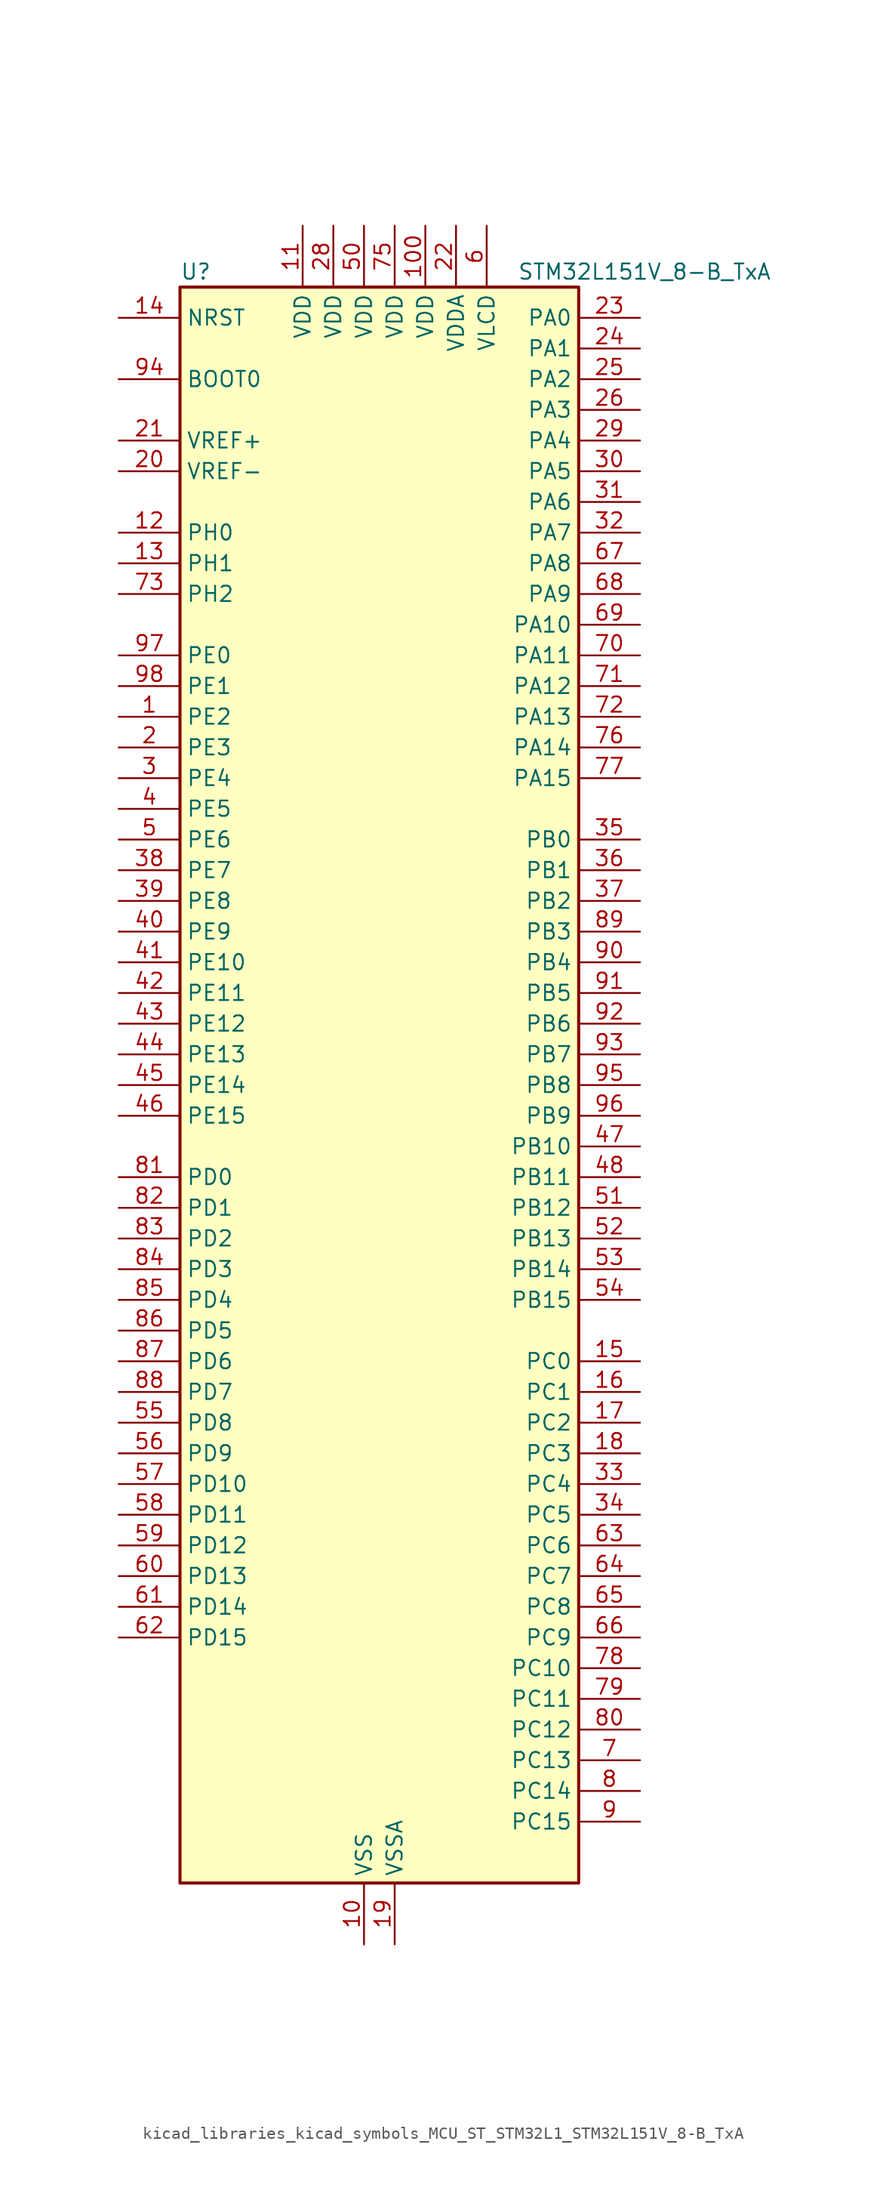
<source format=kicad_sym>
(kicad_symbol_lib
  (version 20220914)
  (generator kicad_symbol_editor)
  (symbol "kicad_libraries_kicad_symbols_MCU_ST_STM32L1_STM32L151V_8-B_TxA"
    (property "Reference" "U"
      (at -15.24 67.31 0)
      (effects (font (size 1.27 1.27)) (justify left)))
    (property "Value" "STM32L151V_8-B_TxA"
      (at 12.7 67.31 0)
      (effects (font (size 1.27 1.27)) (justify left)))
    (property "ki_locked" ""
      (at 0 0 0)
      (effects (font (size 1.27 1.27))))
    (symbol "kicad_libraries_kicad_symbols_MCU_ST_STM32L1_STM32L151V_8-B_TxA_0_1"
      (rectangle (start -15.24 -66.04) (end 17.78 66.04) (stroke (width 0.254) (type default)) (fill (type background))))
    (symbol "kicad_libraries_kicad_symbols_MCU_ST_STM32L1_STM32L151V_8-B_TxA_1_1"
      (pin bidirectional line (at -20.32 30.48 0) (length 5.08) (name "PE2" (effects (font (size 1.27 1.27)))) (number "1" (effects (font (size 1.27 1.27)))) (alternate "SYS_TRACECK" bidirectional line) (alternate "TIM3_ETR" bidirectional line) (alternate "TIMX_IC3" bidirectional line))
      (pin power_in line (at 0 -71.12 90) (length 5.08) (name "VSS" (effects (font (size 1.27 1.27)))) (number "10" (effects (font (size 1.27 1.27)))))
      (pin power_in line (at 5.08 71.12 270) (length 5.08) (name "VDD" (effects (font (size 1.27 1.27)))) (number "100" (effects (font (size 1.27 1.27)))))
      (pin power_in line (at -5.08 71.12 270) (length 5.08) (name "VDD" (effects (font (size 1.27 1.27)))) (number "11" (effects (font (size 1.27 1.27)))))
      (pin bidirectional line (at -20.32 45.72 0) (length 5.08) (name "PH0" (effects (font (size 1.27 1.27)))) (number "12" (effects (font (size 1.27 1.27)))) (alternate "RCC_OSC_IN" bidirectional line))
      (pin bidirectional line (at -20.32 43.18 0) (length 5.08) (name "PH1" (effects (font (size 1.27 1.27)))) (number "13" (effects (font (size 1.27 1.27)))) (alternate "RCC_OSC_OUT" bidirectional line))
      (pin input line (at -20.32 63.5 0) (length 5.08) (name "NRST" (effects (font (size 1.27 1.27)))) (number "14" (effects (font (size 1.27 1.27)))))
      (pin bidirectional line (at 22.86 -22.86 180) (length 5.08) (name "PC0" (effects (font (size 1.27 1.27)))) (number "15" (effects (font (size 1.27 1.27)))) (alternate "ADC_IN10" bidirectional line) (alternate "COMP1_INP" bidirectional line) (alternate "TIMX_IC1" bidirectional line) (alternate "TS_G8_IO1" bidirectional line))
      (pin bidirectional line (at 22.86 -25.4 180) (length 5.08) (name "PC1" (effects (font (size 1.27 1.27)))) (number "16" (effects (font (size 1.27 1.27)))) (alternate "ADC_IN11" bidirectional line) (alternate "COMP1_INP" bidirectional line) (alternate "TIMX_IC2" bidirectional line) (alternate "TS_G8_IO2" bidirectional line))
      (pin bidirectional line (at 22.86 -27.94 180) (length 5.08) (name "PC2" (effects (font (size 1.27 1.27)))) (number "17" (effects (font (size 1.27 1.27)))) (alternate "ADC_IN12" bidirectional line) (alternate "COMP1_INP" bidirectional line) (alternate "TIMX_IC3" bidirectional line) (alternate "TS_G8_IO3" bidirectional line))
      (pin bidirectional line (at 22.86 -30.48 180) (length 5.08) (name "PC3" (effects (font (size 1.27 1.27)))) (number "18" (effects (font (size 1.27 1.27)))) (alternate "ADC_IN13" bidirectional line) (alternate "COMP1_INP" bidirectional line) (alternate "TIMX_IC4" bidirectional line) (alternate "TS_G8_IO4" bidirectional line))
      (pin power_in line (at 2.54 -71.12 90) (length 5.08) (name "VSSA" (effects (font (size 1.27 1.27)))) (number "19" (effects (font (size 1.27 1.27)))))
      (pin bidirectional line (at -20.32 27.94 0) (length 5.08) (name "PE3" (effects (font (size 1.27 1.27)))) (number "2" (effects (font (size 1.27 1.27)))) (alternate "SYS_TRACED0" bidirectional line) (alternate "TIM3_CH1" bidirectional line) (alternate "TIMX_IC4" bidirectional line))
      (pin input line (at -20.32 50.8 0) (length 5.08) (name "VREF-" (effects (font (size 1.27 1.27)))) (number "20" (effects (font (size 1.27 1.27)))))
      (pin input line (at -20.32 53.34 0) (length 5.08) (name "VREF+" (effects (font (size 1.27 1.27)))) (number "21" (effects (font (size 1.27 1.27)))))
      (pin power_in line (at 7.62 71.12 270) (length 5.08) (name "VDDA" (effects (font (size 1.27 1.27)))) (number "22" (effects (font (size 1.27 1.27)))))
      (pin bidirectional line (at 22.86 63.5 180) (length 5.08) (name "PA0" (effects (font (size 1.27 1.27)))) (number "23" (effects (font (size 1.27 1.27)))) (alternate "ADC_IN0" bidirectional line) (alternate "COMP1_INP" bidirectional line) (alternate "RTC_TAMP2" bidirectional line) (alternate "SYS_WKUP1" bidirectional line) (alternate "TIM2_CH1" bidirectional line) (alternate "TIM2_ETR" bidirectional line) (alternate "TIMX_IC1" bidirectional line) (alternate "TS_G1_IO1" bidirectional line) (alternate "USART2_CTS" bidirectional line))
      (pin bidirectional line (at 22.86 60.96 180) (length 5.08) (name "PA1" (effects (font (size 1.27 1.27)))) (number "24" (effects (font (size 1.27 1.27)))) (alternate "ADC_IN1" bidirectional line) (alternate "COMP1_INP" bidirectional line) (alternate "TIM2_CH2" bidirectional line) (alternate "TIMX_IC2" bidirectional line) (alternate "TS_G1_IO2" bidirectional line) (alternate "USART2_RTS" bidirectional line))
      (pin bidirectional line (at 22.86 58.42 180) (length 5.08) (name "PA2" (effects (font (size 1.27 1.27)))) (number "25" (effects (font (size 1.27 1.27)))) (alternate "ADC_IN2" bidirectional line) (alternate "COMP1_INP" bidirectional line) (alternate "TIM2_CH3" bidirectional line) (alternate "TIM9_CH1" bidirectional line) (alternate "TIMX_IC3" bidirectional line) (alternate "TS_G1_IO3" bidirectional line) (alternate "USART2_TX" bidirectional line))
      (pin bidirectional line (at 22.86 55.88 180) (length 5.08) (name "PA3" (effects (font (size 1.27 1.27)))) (number "26" (effects (font (size 1.27 1.27)))) (alternate "ADC_IN3" bidirectional line) (alternate "COMP1_INP" bidirectional line) (alternate "TIM2_CH4" bidirectional line) (alternate "TIM9_CH2" bidirectional line) (alternate "TIMX_IC4" bidirectional line) (alternate "TS_G1_IO4" bidirectional line) (alternate "USART2_RX" bidirectional line))
      (pin passive line (at 0 -71.12 90) (length 5.08) hide (name "VSS" (effects (font (size 1.27 1.27)))) (number "27" (effects (font (size 1.27 1.27)))))
      (pin power_in line (at -2.54 71.12 270) (length 5.08) (name "VDD" (effects (font (size 1.27 1.27)))) (number "28" (effects (font (size 1.27 1.27)))))
      (pin bidirectional line (at 22.86 53.34 180) (length 5.08) (name "PA4" (effects (font (size 1.27 1.27)))) (number "29" (effects (font (size 1.27 1.27)))) (alternate "ADC_IN4" bidirectional line) (alternate "COMP1_INP" bidirectional line) (alternate "DAC_OUT1" bidirectional line) (alternate "SPI1_NSS" bidirectional line) (alternate "TIMX_IC1" bidirectional line) (alternate "USART2_CK" bidirectional line))
      (pin bidirectional line (at -20.32 25.4 0) (length 5.08) (name "PE4" (effects (font (size 1.27 1.27)))) (number "3" (effects (font (size 1.27 1.27)))) (alternate "SYS_TRACED1" bidirectional line) (alternate "TIM3_CH2" bidirectional line) (alternate "TIMX_IC1" bidirectional line))
      (pin bidirectional line (at 22.86 50.8 180) (length 5.08) (name "PA5" (effects (font (size 1.27 1.27)))) (number "30" (effects (font (size 1.27 1.27)))) (alternate "ADC_IN5" bidirectional line) (alternate "COMP1_INP" bidirectional line) (alternate "DAC_OUT2" bidirectional line) (alternate "SPI1_SCK" bidirectional line) (alternate "TIM2_CH1" bidirectional line) (alternate "TIM2_ETR" bidirectional line) (alternate "TIMX_IC2" bidirectional line))
      (pin bidirectional line (at 22.86 48.26 180) (length 5.08) (name "PA6" (effects (font (size 1.27 1.27)))) (number "31" (effects (font (size 1.27 1.27)))) (alternate "ADC_IN6" bidirectional line) (alternate "COMP1_INP" bidirectional line) (alternate "SPI1_MISO" bidirectional line) (alternate "TIM10_CH1" bidirectional line) (alternate "TIM3_CH1" bidirectional line) (alternate "TIMX_IC3" bidirectional line) (alternate "TS_G2_IO1" bidirectional line))
      (pin bidirectional line (at 22.86 45.72 180) (length 5.08) (name "PA7" (effects (font (size 1.27 1.27)))) (number "32" (effects (font (size 1.27 1.27)))) (alternate "ADC_IN7" bidirectional line) (alternate "COMP1_INP" bidirectional line) (alternate "SPI1_MOSI" bidirectional line) (alternate "TIM11_CH1" bidirectional line) (alternate "TIM3_CH2" bidirectional line) (alternate "TIMX_IC4" bidirectional line) (alternate "TS_G2_IO2" bidirectional line))
      (pin bidirectional line (at 22.86 -33.02 180) (length 5.08) (name "PC4" (effects (font (size 1.27 1.27)))) (number "33" (effects (font (size 1.27 1.27)))) (alternate "ADC_IN14" bidirectional line) (alternate "COMP1_INP" bidirectional line) (alternate "TIMX_IC1" bidirectional line) (alternate "TS_G9_IO1" bidirectional line))
      (pin bidirectional line (at 22.86 -35.56 180) (length 5.08) (name "PC5" (effects (font (size 1.27 1.27)))) (number "34" (effects (font (size 1.27 1.27)))) (alternate "ADC_IN15" bidirectional line) (alternate "COMP1_INP" bidirectional line) (alternate "TIMX_IC2" bidirectional line) (alternate "TS_G9_IO2" bidirectional line))
      (pin bidirectional line (at 22.86 20.32 180) (length 5.08) (name "PB0" (effects (font (size 1.27 1.27)))) (number "35" (effects (font (size 1.27 1.27)))) (alternate "ADC_IN8" bidirectional line) (alternate "COMP1_INP" bidirectional line) (alternate "SYS_V_REF_OUT" bidirectional line) (alternate "TIM3_CH3" bidirectional line) (alternate "TS_G3_IO1" bidirectional line))
      (pin bidirectional line (at 22.86 17.78 180) (length 5.08) (name "PB1" (effects (font (size 1.27 1.27)))) (number "36" (effects (font (size 1.27 1.27)))) (alternate "ADC_IN9" bidirectional line) (alternate "COMP1_INP" bidirectional line) (alternate "SYS_V_REF_OUT" bidirectional line) (alternate "TIM3_CH4" bidirectional line) (alternate "TS_G3_IO2" bidirectional line))
      (pin bidirectional line (at 22.86 15.24 180) (length 5.08) (name "PB2" (effects (font (size 1.27 1.27)))) (number "37" (effects (font (size 1.27 1.27)))) (alternate "TS_G3_IO3" bidirectional line))
      (pin bidirectional line (at -20.32 17.78 0) (length 5.08) (name "PE7" (effects (font (size 1.27 1.27)))) (number "38" (effects (font (size 1.27 1.27)))) (alternate "ADC_IN22" bidirectional line) (alternate "COMP1_INP" bidirectional line) (alternate "TIMX_IC4" bidirectional line))
      (pin bidirectional line (at -20.32 15.24 0) (length 5.08) (name "PE8" (effects (font (size 1.27 1.27)))) (number "39" (effects (font (size 1.27 1.27)))) (alternate "ADC_IN23" bidirectional line) (alternate "COMP1_INP" bidirectional line) (alternate "TIMX_IC1" bidirectional line))
      (pin bidirectional line (at -20.32 22.86 0) (length 5.08) (name "PE5" (effects (font (size 1.27 1.27)))) (number "4" (effects (font (size 1.27 1.27)))) (alternate "SYS_TRACED2" bidirectional line) (alternate "TIM9_CH1" bidirectional line) (alternate "TIMX_IC2" bidirectional line))
      (pin bidirectional line (at -20.32 12.7 0) (length 5.08) (name "PE9" (effects (font (size 1.27 1.27)))) (number "40" (effects (font (size 1.27 1.27)))) (alternate "ADC_IN24" bidirectional line) (alternate "COMP1_INP" bidirectional line) (alternate "DAC_EXTI9" bidirectional line) (alternate "TIM2_CH1" bidirectional line) (alternate "TIM2_ETR" bidirectional line) (alternate "TIMX_IC2" bidirectional line))
      (pin bidirectional line (at -20.32 10.16 0) (length 5.08) (name "PE10" (effects (font (size 1.27 1.27)))) (number "41" (effects (font (size 1.27 1.27)))) (alternate "ADC_IN25" bidirectional line) (alternate "COMP1_INP" bidirectional line) (alternate "TIM2_CH2" bidirectional line) (alternate "TIMX_IC3" bidirectional line))
      (pin bidirectional line (at -20.32 7.62 0) (length 5.08) (name "PE11" (effects (font (size 1.27 1.27)))) (number "42" (effects (font (size 1.27 1.27)))) (alternate "ADC_EXTI11" bidirectional line) (alternate "TIM2_CH3" bidirectional line) (alternate "TIMX_IC4" bidirectional line))
      (pin bidirectional line (at -20.32 5.08 0) (length 5.08) (name "PE12" (effects (font (size 1.27 1.27)))) (number "43" (effects (font (size 1.27 1.27)))) (alternate "SPI1_NSS" bidirectional line) (alternate "TIM2_CH4" bidirectional line) (alternate "TIMX_IC1" bidirectional line))
      (pin bidirectional line (at -20.32 2.54 0) (length 5.08) (name "PE13" (effects (font (size 1.27 1.27)))) (number "44" (effects (font (size 1.27 1.27)))) (alternate "SPI1_SCK" bidirectional line) (alternate "TIMX_IC2" bidirectional line))
      (pin bidirectional line (at -20.32 0 0) (length 5.08) (name "PE14" (effects (font (size 1.27 1.27)))) (number "45" (effects (font (size 1.27 1.27)))) (alternate "SPI1_MISO" bidirectional line) (alternate "TIMX_IC3" bidirectional line))
      (pin bidirectional line (at -20.32 -2.54 0) (length 5.08) (name "PE15" (effects (font (size 1.27 1.27)))) (number "46" (effects (font (size 1.27 1.27)))) (alternate "ADC_EXTI15" bidirectional line) (alternate "SPI1_MOSI" bidirectional line) (alternate "TIMX_IC4" bidirectional line))
      (pin bidirectional line (at 22.86 -5.08 180) (length 5.08) (name "PB10" (effects (font (size 1.27 1.27)))) (number "47" (effects (font (size 1.27 1.27)))) (alternate "I2C2_SCL" bidirectional line) (alternate "TIM2_CH3" bidirectional line) (alternate "USART3_TX" bidirectional line))
      (pin bidirectional line (at 22.86 -7.62 180) (length 5.08) (name "PB11" (effects (font (size 1.27 1.27)))) (number "48" (effects (font (size 1.27 1.27)))) (alternate "ADC_EXTI11" bidirectional line) (alternate "I2C2_SDA" bidirectional line) (alternate "TIM2_CH4" bidirectional line) (alternate "USART3_RX" bidirectional line))
      (pin passive line (at 0 -71.12 90) (length 5.08) hide (name "VSS" (effects (font (size 1.27 1.27)))) (number "49" (effects (font (size 1.27 1.27)))))
      (pin bidirectional line (at -20.32 20.32 0) (length 5.08) (name "PE6" (effects (font (size 1.27 1.27)))) (number "5" (effects (font (size 1.27 1.27)))) (alternate "RTC_TAMP3" bidirectional line) (alternate "SYS_TRACED3" bidirectional line) (alternate "SYS_WKUP3" bidirectional line) (alternate "TIM9_CH2" bidirectional line) (alternate "TIMX_IC3" bidirectional line))
      (pin power_in line (at 0 71.12 270) (length 5.08) (name "VDD" (effects (font (size 1.27 1.27)))) (number "50" (effects (font (size 1.27 1.27)))))
      (pin bidirectional line (at 22.86 -10.16 180) (length 5.08) (name "PB12" (effects (font (size 1.27 1.27)))) (number "51" (effects (font (size 1.27 1.27)))) (alternate "ADC_IN18" bidirectional line) (alternate "COMP1_INP" bidirectional line) (alternate "I2C2_SMBA" bidirectional line) (alternate "SPI2_NSS" bidirectional line) (alternate "TIM10_CH1" bidirectional line) (alternate "TS_G7_IO1" bidirectional line) (alternate "USART3_CK" bidirectional line))
      (pin bidirectional line (at 22.86 -12.7 180) (length 5.08) (name "PB13" (effects (font (size 1.27 1.27)))) (number "52" (effects (font (size 1.27 1.27)))) (alternate "ADC_IN19" bidirectional line) (alternate "COMP1_INP" bidirectional line) (alternate "SPI2_SCK" bidirectional line) (alternate "TIM9_CH1" bidirectional line) (alternate "TS_G7_IO2" bidirectional line) (alternate "USART3_CTS" bidirectional line))
      (pin bidirectional line (at 22.86 -15.24 180) (length 5.08) (name "PB14" (effects (font (size 1.27 1.27)))) (number "53" (effects (font (size 1.27 1.27)))) (alternate "ADC_IN20" bidirectional line) (alternate "COMP1_INP" bidirectional line) (alternate "SPI2_MISO" bidirectional line) (alternate "TIM9_CH2" bidirectional line) (alternate "TS_G7_IO3" bidirectional line) (alternate "USART3_RTS" bidirectional line))
      (pin bidirectional line (at 22.86 -17.78 180) (length 5.08) (name "PB15" (effects (font (size 1.27 1.27)))) (number "54" (effects (font (size 1.27 1.27)))) (alternate "ADC_EXTI15" bidirectional line) (alternate "ADC_IN21" bidirectional line) (alternate "COMP1_INP" bidirectional line) (alternate "RTC_REFIN" bidirectional line) (alternate "SPI2_MOSI" bidirectional line) (alternate "TIM11_CH1" bidirectional line) (alternate "TS_G7_IO4" bidirectional line))
      (pin bidirectional line (at -20.32 -27.94 0) (length 5.08) (name "PD8" (effects (font (size 1.27 1.27)))) (number "55" (effects (font (size 1.27 1.27)))) (alternate "TIMX_IC1" bidirectional line) (alternate "USART3_TX" bidirectional line))
      (pin bidirectional line (at -20.32 -30.48 0) (length 5.08) (name "PD9" (effects (font (size 1.27 1.27)))) (number "56" (effects (font (size 1.27 1.27)))) (alternate "DAC_EXTI9" bidirectional line) (alternate "TIMX_IC2" bidirectional line) (alternate "USART3_RX" bidirectional line))
      (pin bidirectional line (at -20.32 -33.02 0) (length 5.08) (name "PD10" (effects (font (size 1.27 1.27)))) (number "57" (effects (font (size 1.27 1.27)))) (alternate "TIMX_IC3" bidirectional line) (alternate "USART3_CK" bidirectional line))
      (pin bidirectional line (at -20.32 -35.56 0) (length 5.08) (name "PD11" (effects (font (size 1.27 1.27)))) (number "58" (effects (font (size 1.27 1.27)))) (alternate "ADC_EXTI11" bidirectional line) (alternate "TIMX_IC4" bidirectional line) (alternate "USART3_CTS" bidirectional line))
      (pin bidirectional line (at -20.32 -38.1 0) (length 5.08) (name "PD12" (effects (font (size 1.27 1.27)))) (number "59" (effects (font (size 1.27 1.27)))) (alternate "TIM4_CH1" bidirectional line) (alternate "TIMX_IC1" bidirectional line) (alternate "USART3_RTS" bidirectional line))
      (pin power_in line (at 10.16 71.12 270) (length 5.08) (name "VLCD" (effects (font (size 1.27 1.27)))) (number "6" (effects (font (size 1.27 1.27)))))
      (pin bidirectional line (at -20.32 -40.64 0) (length 5.08) (name "PD13" (effects (font (size 1.27 1.27)))) (number "60" (effects (font (size 1.27 1.27)))) (alternate "TIM4_CH2" bidirectional line) (alternate "TIMX_IC2" bidirectional line))
      (pin bidirectional line (at -20.32 -43.18 0) (length 5.08) (name "PD14" (effects (font (size 1.27 1.27)))) (number "61" (effects (font (size 1.27 1.27)))) (alternate "TIM4_CH3" bidirectional line) (alternate "TIMX_IC3" bidirectional line))
      (pin bidirectional line (at -20.32 -45.72 0) (length 5.08) (name "PD15" (effects (font (size 1.27 1.27)))) (number "62" (effects (font (size 1.27 1.27)))) (alternate "ADC_EXTI15" bidirectional line) (alternate "TIM4_CH4" bidirectional line) (alternate "TIMX_IC4" bidirectional line))
      (pin bidirectional line (at 22.86 -38.1 180) (length 5.08) (name "PC6" (effects (font (size 1.27 1.27)))) (number "63" (effects (font (size 1.27 1.27)))) (alternate "TIM3_CH1" bidirectional line) (alternate "TIMX_IC3" bidirectional line) (alternate "TS_G10_IO1" bidirectional line))
      (pin bidirectional line (at 22.86 -40.64 180) (length 5.08) (name "PC7" (effects (font (size 1.27 1.27)))) (number "64" (effects (font (size 1.27 1.27)))) (alternate "TIM3_CH2" bidirectional line) (alternate "TIMX_IC4" bidirectional line) (alternate "TS_G10_IO2" bidirectional line))
      (pin bidirectional line (at 22.86 -43.18 180) (length 5.08) (name "PC8" (effects (font (size 1.27 1.27)))) (number "65" (effects (font (size 1.27 1.27)))) (alternate "TIM3_CH3" bidirectional line) (alternate "TIMX_IC1" bidirectional line) (alternate "TS_G10_IO3" bidirectional line))
      (pin bidirectional line (at 22.86 -45.72 180) (length 5.08) (name "PC9" (effects (font (size 1.27 1.27)))) (number "66" (effects (font (size 1.27 1.27)))) (alternate "DAC_EXTI9" bidirectional line) (alternate "TIM3_CH4" bidirectional line) (alternate "TIMX_IC2" bidirectional line) (alternate "TS_G10_IO4" bidirectional line))
      (pin bidirectional line (at 22.86 43.18 180) (length 5.08) (name "PA8" (effects (font (size 1.27 1.27)))) (number "67" (effects (font (size 1.27 1.27)))) (alternate "RCC_MCO" bidirectional line) (alternate "TIMX_IC1" bidirectional line) (alternate "TS_G4_IO1" bidirectional line) (alternate "USART1_CK" bidirectional line))
      (pin bidirectional line (at 22.86 40.64 180) (length 5.08) (name "PA9" (effects (font (size 1.27 1.27)))) (number "68" (effects (font (size 1.27 1.27)))) (alternate "DAC_EXTI9" bidirectional line) (alternate "TIMX_IC2" bidirectional line) (alternate "TS_G4_IO2" bidirectional line) (alternate "USART1_TX" bidirectional line))
      (pin bidirectional line (at 22.86 38.1 180) (length 5.08) (name "PA10" (effects (font (size 1.27 1.27)))) (number "69" (effects (font (size 1.27 1.27)))) (alternate "TIMX_IC3" bidirectional line) (alternate "TS_G4_IO3" bidirectional line) (alternate "USART1_RX" bidirectional line))
      (pin bidirectional line (at 22.86 -55.88 180) (length 5.08) (name "PC13" (effects (font (size 1.27 1.27)))) (number "7" (effects (font (size 1.27 1.27)))) (alternate "RTC_OUT_ALARM" bidirectional line) (alternate "RTC_OUT_CALIB" bidirectional line) (alternate "RTC_TAMP1" bidirectional line) (alternate "RTC_TS" bidirectional line) (alternate "SYS_WKUP2" bidirectional line) (alternate "TIMX_IC2" bidirectional line))
      (pin bidirectional line (at 22.86 35.56 180) (length 5.08) (name "PA11" (effects (font (size 1.27 1.27)))) (number "70" (effects (font (size 1.27 1.27)))) (alternate "ADC_EXTI11" bidirectional line) (alternate "SPI1_MISO" bidirectional line) (alternate "TIMX_IC4" bidirectional line) (alternate "USART1_CTS" bidirectional line) (alternate "USB_DM" bidirectional line))
      (pin bidirectional line (at 22.86 33.02 180) (length 5.08) (name "PA12" (effects (font (size 1.27 1.27)))) (number "71" (effects (font (size 1.27 1.27)))) (alternate "SPI1_MOSI" bidirectional line) (alternate "TIMX_IC1" bidirectional line) (alternate "USART1_RTS" bidirectional line) (alternate "USB_DP" bidirectional line))
      (pin bidirectional line (at 22.86 30.48 180) (length 5.08) (name "PA13" (effects (font (size 1.27 1.27)))) (number "72" (effects (font (size 1.27 1.27)))) (alternate "SYS_JTMS-SWDIO" bidirectional line) (alternate "TIMX_IC2" bidirectional line) (alternate "TS_G5_IO1" bidirectional line))
      (pin bidirectional line (at -20.32 40.64 0) (length 5.08) (name "PH2" (effects (font (size 1.27 1.27)))) (number "73" (effects (font (size 1.27 1.27)))))
      (pin passive line (at 0 -71.12 90) (length 5.08) hide (name "VSS" (effects (font (size 1.27 1.27)))) (number "74" (effects (font (size 1.27 1.27)))))
      (pin power_in line (at 2.54 71.12 270) (length 5.08) (name "VDD" (effects (font (size 1.27 1.27)))) (number "75" (effects (font (size 1.27 1.27)))))
      (pin bidirectional line (at 22.86 27.94 180) (length 5.08) (name "PA14" (effects (font (size 1.27 1.27)))) (number "76" (effects (font (size 1.27 1.27)))) (alternate "SYS_JTCK-SWCLK" bidirectional line) (alternate "TIMX_IC3" bidirectional line) (alternate "TS_G5_IO2" bidirectional line))
      (pin bidirectional line (at 22.86 25.4 180) (length 5.08) (name "PA15" (effects (font (size 1.27 1.27)))) (number "77" (effects (font (size 1.27 1.27)))) (alternate "ADC_EXTI15" bidirectional line) (alternate "SPI1_NSS" bidirectional line) (alternate "SYS_JTDI" bidirectional line) (alternate "TIM2_CH1" bidirectional line) (alternate "TIM2_ETR" bidirectional line) (alternate "TIMX_IC4" bidirectional line) (alternate "TS_G5_IO3" bidirectional line))
      (pin bidirectional line (at 22.86 -48.26 180) (length 5.08) (name "PC10" (effects (font (size 1.27 1.27)))) (number "78" (effects (font (size 1.27 1.27)))) (alternate "TIMX_IC3" bidirectional line) (alternate "USART3_TX" bidirectional line))
      (pin bidirectional line (at 22.86 -50.8 180) (length 5.08) (name "PC11" (effects (font (size 1.27 1.27)))) (number "79" (effects (font (size 1.27 1.27)))) (alternate "ADC_EXTI11" bidirectional line) (alternate "TIMX_IC4" bidirectional line) (alternate "USART3_RX" bidirectional line))
      (pin bidirectional line (at 22.86 -58.42 180) (length 5.08) (name "PC14" (effects (font (size 1.27 1.27)))) (number "8" (effects (font (size 1.27 1.27)))) (alternate "RCC_OSC32_IN" bidirectional line) (alternate "TIMX_IC3" bidirectional line))
      (pin bidirectional line (at 22.86 -53.34 180) (length 5.08) (name "PC12" (effects (font (size 1.27 1.27)))) (number "80" (effects (font (size 1.27 1.27)))) (alternate "TIMX_IC1" bidirectional line) (alternate "USART3_CK" bidirectional line))
      (pin bidirectional line (at -20.32 -7.62 0) (length 5.08) (name "PD0" (effects (font (size 1.27 1.27)))) (number "81" (effects (font (size 1.27 1.27)))) (alternate "SPI2_NSS" bidirectional line) (alternate "TIM9_CH1" bidirectional line) (alternate "TIMX_IC1" bidirectional line))
      (pin bidirectional line (at -20.32 -10.16 0) (length 5.08) (name "PD1" (effects (font (size 1.27 1.27)))) (number "82" (effects (font (size 1.27 1.27)))) (alternate "SPI2_SCK" bidirectional line) (alternate "TIMX_IC2" bidirectional line))
      (pin bidirectional line (at -20.32 -12.7 0) (length 5.08) (name "PD2" (effects (font (size 1.27 1.27)))) (number "83" (effects (font (size 1.27 1.27)))) (alternate "TIM3_ETR" bidirectional line) (alternate "TIMX_IC3" bidirectional line))
      (pin bidirectional line (at -20.32 -15.24 0) (length 5.08) (name "PD3" (effects (font (size 1.27 1.27)))) (number "84" (effects (font (size 1.27 1.27)))) (alternate "SPI2_MISO" bidirectional line) (alternate "TIMX_IC4" bidirectional line) (alternate "USART2_CTS" bidirectional line))
      (pin bidirectional line (at -20.32 -17.78 0) (length 5.08) (name "PD4" (effects (font (size 1.27 1.27)))) (number "85" (effects (font (size 1.27 1.27)))) (alternate "SPI2_MOSI" bidirectional line) (alternate "TIMX_IC1" bidirectional line) (alternate "USART2_RTS" bidirectional line))
      (pin bidirectional line (at -20.32 -20.32 0) (length 5.08) (name "PD5" (effects (font (size 1.27 1.27)))) (number "86" (effects (font (size 1.27 1.27)))) (alternate "TIMX_IC2" bidirectional line) (alternate "USART2_TX" bidirectional line))
      (pin bidirectional line (at -20.32 -22.86 0) (length 5.08) (name "PD6" (effects (font (size 1.27 1.27)))) (number "87" (effects (font (size 1.27 1.27)))) (alternate "TIMX_IC3" bidirectional line) (alternate "USART2_RX" bidirectional line))
      (pin bidirectional line (at -20.32 -25.4 0) (length 5.08) (name "PD7" (effects (font (size 1.27 1.27)))) (number "88" (effects (font (size 1.27 1.27)))) (alternate "TIM9_CH2" bidirectional line) (alternate "TIMX_IC4" bidirectional line) (alternate "USART2_CK" bidirectional line))
      (pin bidirectional line (at 22.86 12.7 180) (length 5.08) (name "PB3" (effects (font (size 1.27 1.27)))) (number "89" (effects (font (size 1.27 1.27)))) (alternate "COMP2_INM" bidirectional line) (alternate "SPI1_SCK" bidirectional line) (alternate "SYS_JTDO-TRACESWO" bidirectional line) (alternate "TIM2_CH2" bidirectional line))
      (pin bidirectional line (at 22.86 -60.96 180) (length 5.08) (name "PC15" (effects (font (size 1.27 1.27)))) (number "9" (effects (font (size 1.27 1.27)))) (alternate "ADC_EXTI15" bidirectional line) (alternate "RCC_OSC32_OUT" bidirectional line) (alternate "TIMX_IC4" bidirectional line))
      (pin bidirectional line (at 22.86 10.16 180) (length 5.08) (name "PB4" (effects (font (size 1.27 1.27)))) (number "90" (effects (font (size 1.27 1.27)))) (alternate "COMP2_INP" bidirectional line) (alternate "SPI1_MISO" bidirectional line) (alternate "SYS_JTRST" bidirectional line) (alternate "TIM3_CH1" bidirectional line) (alternate "TS_G6_IO1" bidirectional line))
      (pin bidirectional line (at 22.86 7.62 180) (length 5.08) (name "PB5" (effects (font (size 1.27 1.27)))) (number "91" (effects (font (size 1.27 1.27)))) (alternate "COMP2_INP" bidirectional line) (alternate "I2C1_SMBA" bidirectional line) (alternate "SPI1_MOSI" bidirectional line) (alternate "TIM3_CH2" bidirectional line) (alternate "TS_G6_IO2" bidirectional line))
      (pin bidirectional line (at 22.86 5.08 180) (length 5.08) (name "PB6" (effects (font (size 1.27 1.27)))) (number "92" (effects (font (size 1.27 1.27)))) (alternate "I2C1_SCL" bidirectional line) (alternate "TIM4_CH1" bidirectional line) (alternate "TS_G6_IO3" bidirectional line) (alternate "USART1_TX" bidirectional line))
      (pin bidirectional line (at 22.86 2.54 180) (length 5.08) (name "PB7" (effects (font (size 1.27 1.27)))) (number "93" (effects (font (size 1.27 1.27)))) (alternate "I2C1_SDA" bidirectional line) (alternate "SYS_PVD_IN" bidirectional line) (alternate "TIM4_CH2" bidirectional line) (alternate "TS_G6_IO4" bidirectional line) (alternate "USART1_RX" bidirectional line))
      (pin input line (at -20.32 58.42 0) (length 5.08) (name "BOOT0" (effects (font (size 1.27 1.27)))) (number "94" (effects (font (size 1.27 1.27)))))
      (pin bidirectional line (at 22.86 0 180) (length 5.08) (name "PB8" (effects (font (size 1.27 1.27)))) (number "95" (effects (font (size 1.27 1.27)))) (alternate "I2C1_SCL" bidirectional line) (alternate "TIM10_CH1" bidirectional line) (alternate "TIM4_CH3" bidirectional line))
      (pin bidirectional line (at 22.86 -2.54 180) (length 5.08) (name "PB9" (effects (font (size 1.27 1.27)))) (number "96" (effects (font (size 1.27 1.27)))) (alternate "DAC_EXTI9" bidirectional line) (alternate "I2C1_SDA" bidirectional line) (alternate "TIM11_CH1" bidirectional line) (alternate "TIM4_CH4" bidirectional line))
      (pin bidirectional line (at -20.32 35.56 0) (length 5.08) (name "PE0" (effects (font (size 1.27 1.27)))) (number "97" (effects (font (size 1.27 1.27)))) (alternate "TIM10_CH1" bidirectional line) (alternate "TIM4_ETR" bidirectional line) (alternate "TIMX_IC1" bidirectional line))
      (pin bidirectional line (at -20.32 33.02 0) (length 5.08) (name "PE1" (effects (font (size 1.27 1.27)))) (number "98" (effects (font (size 1.27 1.27)))) (alternate "TIM11_CH1" bidirectional line) (alternate "TIMX_IC2" bidirectional line))
      (pin passive line (at 0 -71.12 90) (length 5.08) hide (name "VSS" (effects (font (size 1.27 1.27)))) (number "99" (effects (font (size 1.27 1.27))))))))
</source>
